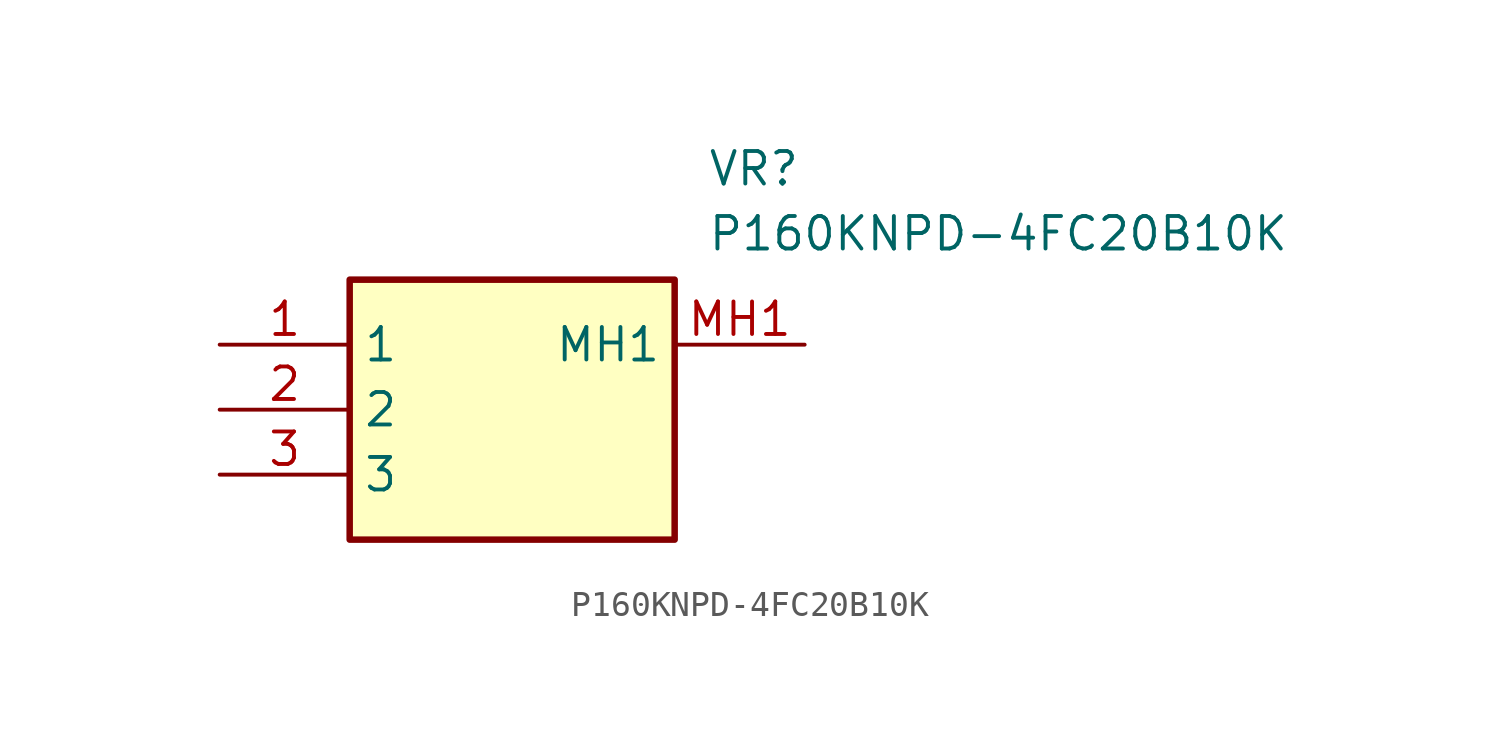
<source format=kicad_sym>
(kicad_symbol_lib
  (version 20220914)
  (generator kicad_symbol_editor)
  (symbol "P160KNPD-4FC20B10K"
    (property "Reference" "VR"
      (at 19.05 7.62 0)
      (effects (font (size 1.27 1.27)) (justify left top)))
    (property "Value" "P160KNPD-4FC20B10K"
      (at 19.05 5.08 0)
      (effects (font (size 1.27 1.27)) (justify left top)))
    (symbol "P160KNPD-4FC20B10K_1_1"
      (rectangle (start 5.08 2.54) (end 17.78 -7.62) (stroke (width 0.254) (type default)) (fill (type background)))
      (pin passive line (at 0 0 0) (length 5.08) (name "1" (effects (font (size 1.27 1.27)))) (number "1" (effects (font (size 1.27 1.27)))))
      (pin passive line (at 0 -2.54 0) (length 5.08) (name "2" (effects (font (size 1.27 1.27)))) (number "2" (effects (font (size 1.27 1.27)))))
      (pin passive line (at 0 -5.08 0) (length 5.08) (name "3" (effects (font (size 1.27 1.27)))) (number "3" (effects (font (size 1.27 1.27)))))
      (pin passive line (at 22.86 0 180) (length 5.08) (name "MH1" (effects (font (size 1.27 1.27)))) (number "MH1" (effects (font (size 1.27 1.27))))))))
</source>
